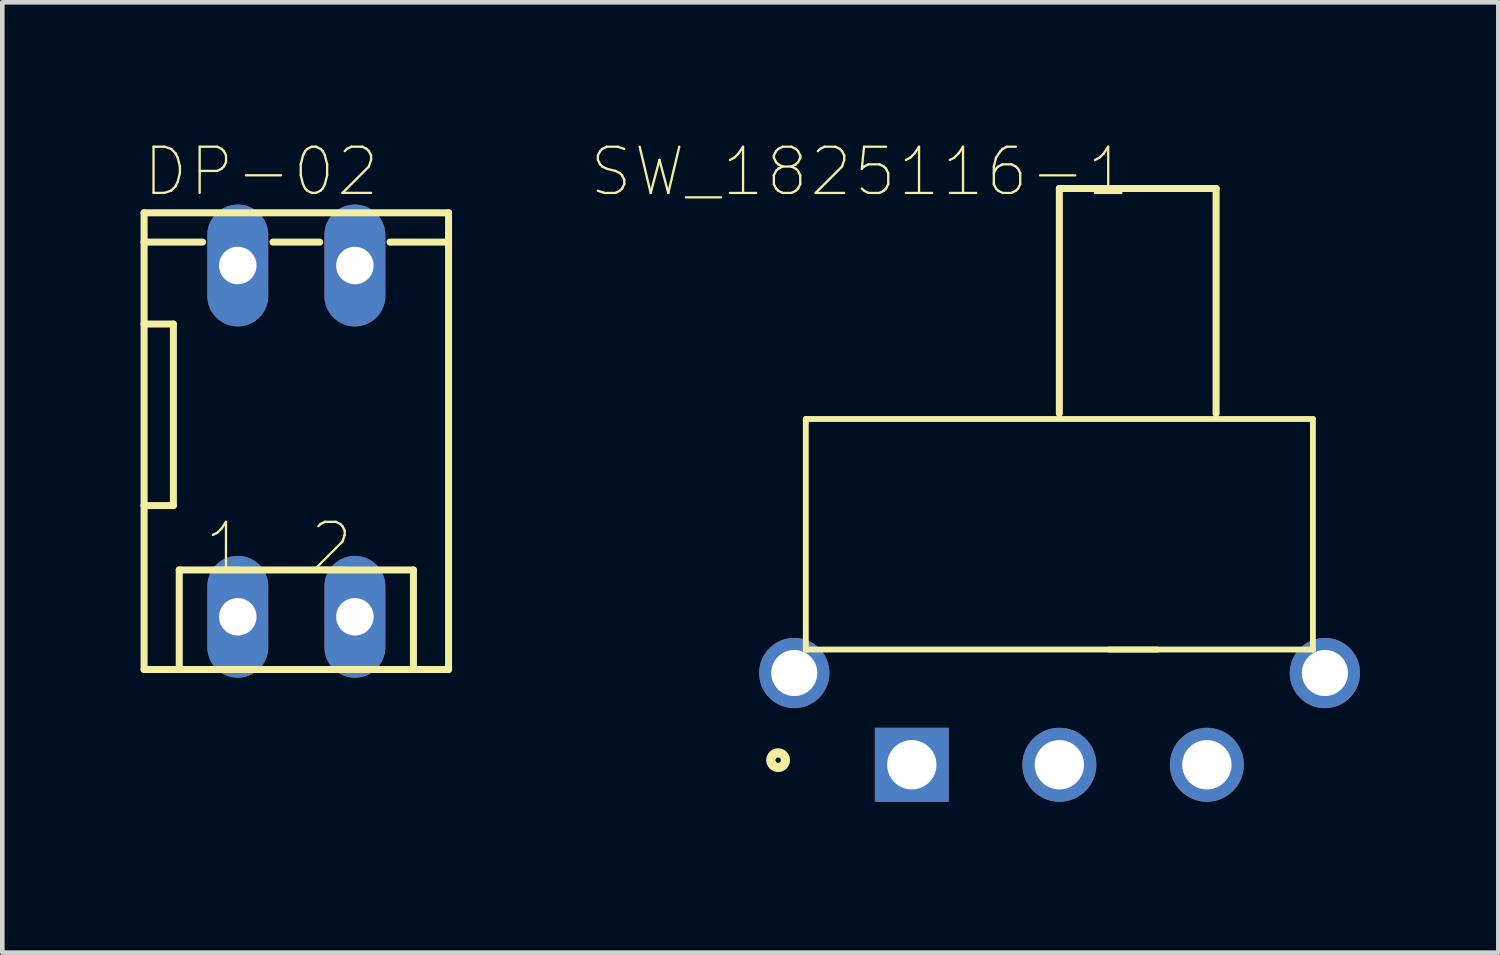
<source format=kicad_pcb>
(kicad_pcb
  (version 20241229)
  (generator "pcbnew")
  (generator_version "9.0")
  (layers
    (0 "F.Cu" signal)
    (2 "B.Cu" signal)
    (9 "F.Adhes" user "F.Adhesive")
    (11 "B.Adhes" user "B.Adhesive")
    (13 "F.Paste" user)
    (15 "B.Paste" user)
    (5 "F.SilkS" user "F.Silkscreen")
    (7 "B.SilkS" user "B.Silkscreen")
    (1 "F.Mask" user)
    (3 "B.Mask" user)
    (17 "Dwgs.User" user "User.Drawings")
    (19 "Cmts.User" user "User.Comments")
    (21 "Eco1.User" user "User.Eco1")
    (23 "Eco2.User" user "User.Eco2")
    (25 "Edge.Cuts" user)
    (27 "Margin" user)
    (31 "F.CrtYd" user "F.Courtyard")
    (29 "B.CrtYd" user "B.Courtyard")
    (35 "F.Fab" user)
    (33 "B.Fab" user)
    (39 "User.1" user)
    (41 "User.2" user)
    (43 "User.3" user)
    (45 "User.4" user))
  (footprint "DP-02"
    (layer "F.Cu")
    (at 3.378 6.519)
    (property "Reference" "DP-02" (at -0.762 -5.846 0) (layer "F.SilkS") (effects (font (size 1.001 1.001) (thickness 0.05))))
    (attr through_hole)
    (fp_line (start -3.302 -4.953) (end -3.302 -4.318) (stroke (width 0.152) (type solid)) (layer "F.SilkS"))
    (fp_line (start -3.302 -4.318) (end -3.302 -2.54) (stroke (width 0.152) (type solid)) (layer "F.SilkS"))
    (fp_line (start -3.302 -2.54) (end -3.302 1.397) (stroke (width 0.152) (type solid)) (layer "F.SilkS"))
    (fp_line (start -3.302 -2.54) (end -2.667 -2.54) (stroke (width 0.152) (type solid)) (layer "F.SilkS"))
    (fp_line (start -3.302 1.397) (end -3.302 4.953) (stroke (width 0.152) (type solid)) (layer "F.SilkS"))
    (fp_line (start -3.302 4.953) (end -2.54 4.953) (stroke (width 0.152) (type solid)) (layer "F.SilkS"))
    (fp_line (start -2.667 1.397) (end -3.302 1.397) (stroke (width 0.152) (type solid)) (layer "F.SilkS"))
    (fp_line (start -2.667 1.397) (end -2.667 -2.54) (stroke (width 0.152) (type solid)) (layer "F.SilkS"))
    (fp_line (start -2.54 2.794) (end -2.54 4.953) (stroke (width 0.152) (type solid)) (layer "F.SilkS"))
    (fp_line (start -2.54 2.794) (end 2.54 2.794) (stroke (width 0.152) (type solid)) (layer "F.SilkS"))
    (fp_line (start -2.54 4.953) (end 2.54 4.953) (stroke (width 0.152) (type solid)) (layer "F.SilkS"))
    (fp_line (start -2.032 -4.318) (end -3.302 -4.318) (stroke (width 0.152) (type solid)) (layer "F.SilkS"))
    (fp_line (start -0.508 -4.318) (end 0.508 -4.318) (stroke (width 0.152) (type solid)) (layer "F.SilkS"))
    (fp_line (start 2.54 2.794) (end 2.54 4.953) (stroke (width 0.152) (type solid)) (layer "F.SilkS"))
    (fp_line (start 2.54 4.953) (end 3.302 4.953) (stroke (width 0.152) (type solid)) (layer "F.SilkS"))
    (fp_line (start 3.302 -4.953) (end -3.302 -4.953) (stroke (width 0.152) (type solid)) (layer "F.SilkS"))
    (fp_line (start 3.302 -4.318) (end 2.032 -4.318) (stroke (width 0.152) (type solid)) (layer "F.SilkS"))
    (fp_line (start 3.302 -4.318) (end 3.302 -4.953) (stroke (width 0.152) (type solid)) (layer "F.SilkS"))
    (fp_line (start 3.302 4.953) (end 3.302 -4.318) (stroke (width 0.152) (type solid)) (layer "F.SilkS"))
    (fp_line (start -1.905 6.223) (end -0.635 6.223) (stroke (width 0.254) (type solid)) (layer "Eco2.User"))
    (fp_line (start -0.508 -4.318) (end -2.032 -4.318) (stroke (width 0.152) (type solid)) (layer "Eco2.User"))
    (fp_line (start 0.635 6.223) (end 1.905 6.223) (stroke (width 0.254) (type solid)) (layer "Eco2.User"))
    (fp_line (start 2.032 -4.318) (end 0.508 -4.318) (stroke (width 0.152) (type solid)) (layer "Eco2.User"))
    (fp_poly (pts (xy -2.035 2.794) (xy -0.508 2.794) (xy -0.508 6.233) (xy -2.035 6.233)) (stroke (width 0.1) (type solid)) (fill no) (layer "Eco2.User"))
    (fp_poly (pts (xy 0.508 2.794) (xy 2.032 2.794) (xy 2.032 6.226) (xy 0.508 6.226)) (stroke (width 0.1) (type solid)) (fill no) (layer "Eco2.User"))
    (fp_text user "1" (at -1.526 2.29 0) (layer "F.SilkS") (effects (font (size 1 1) (thickness 0.05))))
    (fp_text user "2" (at 0.763 2.29 0) (layer "F.SilkS") (effects (font (size 1 1) (thickness 0.05))))
    (pad "1" thru_hole oval (at -1.27 3.81 90) (size 2.642 1.321) (drill 0.813) (layers "*.Cu" "*.Mask"))
    (pad "2" thru_hole oval (at 1.27 3.81 90) (size 2.642 1.321) (drill 0.813) (layers "*.Cu" "*.Mask"))
    (pad "3" thru_hole oval (at 1.27 -3.81 90) (size 2.642 1.321) (drill 0.813) (layers "*.Cu" "*.Mask"))
    (pad "4" thru_hole oval (at -1.27 -3.81 90) (size 2.642 1.321) (drill 0.813) (layers "*.Cu" "*.Mask")))
  (footprint "SW_1825116-1"
    (layer "F.Cu")
    (at 16.729 13.539)
    (property "Reference" "SW_1825116-1" (at -1.132 -12.865 0) (layer "F.SilkS") (effects (font (size 1.002 1.002) (thickness 0.05))))
    (attr through_hole)
    (fp_line (start -2.3 -7.5) (end 8.7 -7.5) (stroke (width 0.127) (type solid)) (layer "F.SilkS"))
    (fp_line (start -2.3 -2.5) (end -2.3 -7.5) (stroke (width 0.127) (type solid)) (layer "F.SilkS"))
    (fp_line (start 3.2 -12.5) (end 6.6 -12.5) (stroke (width 0.152) (type solid)) (layer "F.SilkS"))
    (fp_line (start 3.2 -7.62) (end 3.2 -12.5) (stroke (width 0.152) (type solid)) (layer "F.SilkS"))
    (fp_line (start 4.28 -2.5) (end 5.33 -2.5) (stroke (width 0.127) (type solid)) (layer "F.SilkS"))
    (fp_line (start 6.6 -12.5) (end 6.6 -7.62) (stroke (width 0.152) (type solid)) (layer "F.SilkS"))
    (fp_line (start 8.7 -7.5) (end 8.7 -2.5) (stroke (width 0.127) (type solid)) (layer "F.SilkS"))
    (fp_line (start 8.7 -2.5) (end -2.3 -2.5) (stroke (width 0.127) (type solid)) (layer "F.SilkS"))
    (fp_circle (center -2.9 -0.1) (end -2.742 -0.1) (stroke (width 0.2) (type solid)) (fill no) (layer "F.SilkS"))
    (fp_line (start -2.55 -7.75) (end 8.95 -7.75) (stroke (width 0.05) (type solid)) (layer "Eco1.User"))
    (fp_line (start -2.55 1.05) (end -2.55 -7.75) (stroke (width 0.05) (type solid)) (layer "Eco1.User"))
    (fp_line (start 8.95 -7.75) (end 8.95 1.05) (stroke (width 0.05) (type solid)) (layer "Eco1.User"))
    (fp_line (start 8.95 1.05) (end -2.55 1.05) (stroke (width 0.05) (type solid)) (layer "Eco1.User"))
    (fp_line (start -2.3 -7.5) (end 8.7 -7.5) (stroke (width 0.127) (type solid)) (layer "Eco2.User"))
    (fp_line (start -2.3 -2.5) (end -2.3 -7.5) (stroke (width 0.127) (type solid)) (layer "Eco2.User"))
    (fp_line (start 8.7 -7.5) (end 8.7 -2.5) (stroke (width 0.127) (type solid)) (layer "Eco2.User"))
    (fp_line (start 8.7 -2.5) (end -2.3 -2.5) (stroke (width 0.127) (type solid)) (layer "Eco2.User"))
    (pad "1" thru_hole rect (at 0 0) (size 1.605 1.605) (drill 1.07) (layers "*.Cu" "*.Mask"))
    (pad "2" thru_hole circle (at 3.2 0) (size 1.605 1.605) (drill 1.07) (layers "*.Cu" "*.Mask"))
    (pad "3" thru_hole circle (at 6.4 0) (size 1.605 1.605) (drill 1.07) (layers "*.Cu" "*.Mask"))
    (pad "4" thru_hole circle (at 8.96 -1.99) (size 1.524 1.524) (drill 1) (layers "*.Cu" "*.Mask"))
    (pad "5" thru_hole circle (at -2.55 -1.99) (size 1.524 1.524) (drill 1) (layers "*.Cu" "*.Mask")))
  (gr_rect
    (start -3 -3)
    (end 29.451 17.614)
    (stroke (width 0.1) (type default))
    (fill no)
    (layer "Edge.Cuts")))
</source>
